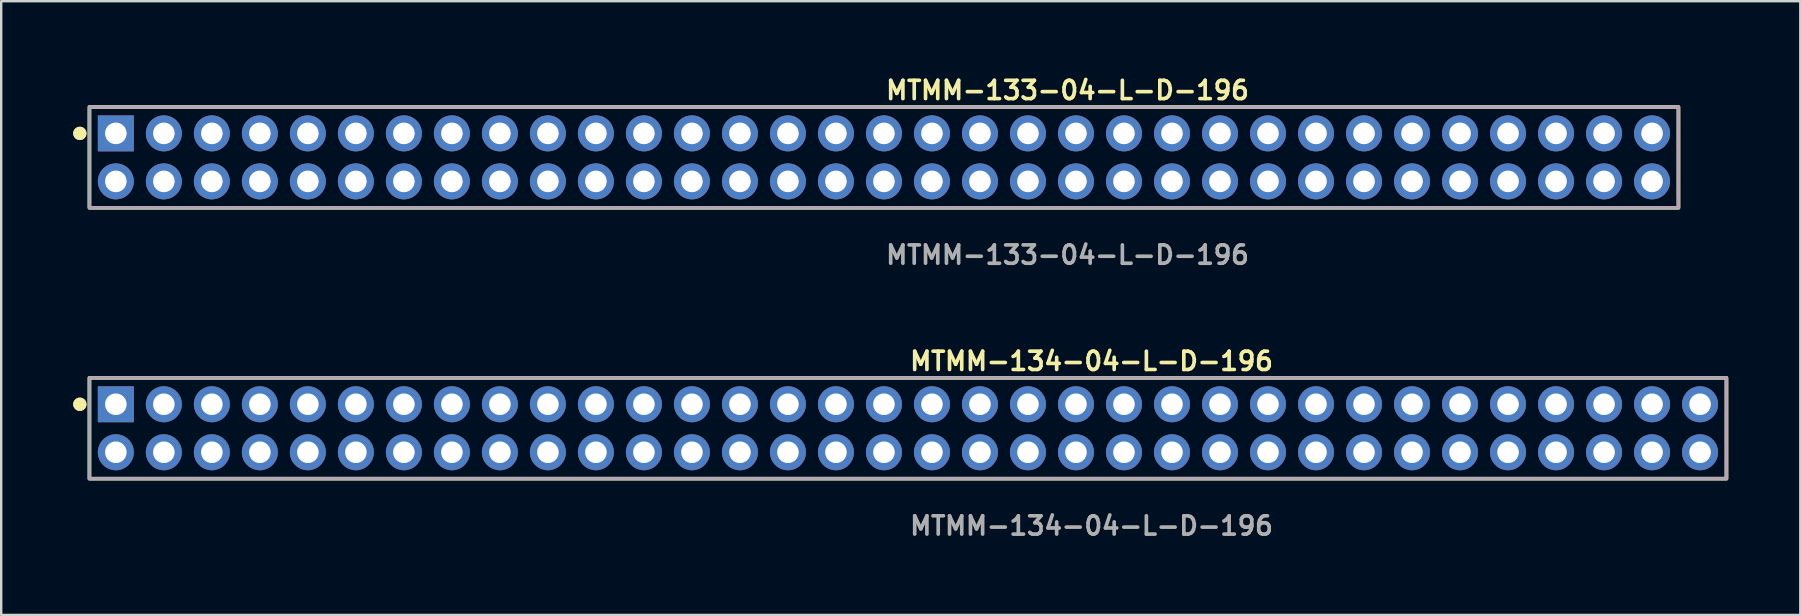
<source format=kicad_pcb>
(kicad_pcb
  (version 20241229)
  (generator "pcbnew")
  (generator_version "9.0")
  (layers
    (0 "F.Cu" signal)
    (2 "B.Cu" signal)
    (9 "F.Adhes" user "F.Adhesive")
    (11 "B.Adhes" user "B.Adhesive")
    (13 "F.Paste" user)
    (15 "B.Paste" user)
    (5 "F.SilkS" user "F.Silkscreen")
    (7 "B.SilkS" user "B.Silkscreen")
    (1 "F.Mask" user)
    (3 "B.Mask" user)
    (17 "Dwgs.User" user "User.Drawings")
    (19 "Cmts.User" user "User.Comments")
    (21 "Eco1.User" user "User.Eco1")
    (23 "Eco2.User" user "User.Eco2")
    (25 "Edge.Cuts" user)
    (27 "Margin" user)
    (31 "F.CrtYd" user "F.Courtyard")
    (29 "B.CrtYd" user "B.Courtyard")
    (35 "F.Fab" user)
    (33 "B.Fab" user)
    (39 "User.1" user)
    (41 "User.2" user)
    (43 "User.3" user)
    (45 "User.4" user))
  (footprint "MTMM-133-04-L-D-196"
    (layer "F.Cu")
    (at 33.776 3.507)
    (property "Reference" "MTMM-133-04-L-D-196" (at 0 -2.794 0) (unlocked yes) (layer "F.SilkS") (effects (font (size 0.762 0.762) (thickness 0.152)) (justify left)))
    (fp_rect (start -33.1 2.1) (end 33.1 -2.1) (stroke (width 0.152) (type solid)) (fill no) (layer "F.SilkS"))
    (fp_circle (center -33.5 -1) (end -33.7 -1) (stroke (width 0.152) (type solid)) (fill yes) (layer "F.SilkS"))
    (fp_circle (center -33.5 -1) (end -33.7 -1) (stroke (width 0.152) (type solid)) (fill yes) (layer "F.SilkS"))
    (fp_rect (start -33.1 2.1) (end 33.1 -2.1) (stroke (width 0.006) (type solid)) (fill no) (layer "F.CrtYd"))
    (fp_rect (start -33.1 2.1) (end 33.1 -2.1) (stroke (width 0.152) (type solid)) (fill no) (layer "F.Fab"))
    (fp_text user "${REFERENCE}" (at 0 4.064 0) (unlocked yes) (layer "F.Fab") (effects (font (size 0.762 0.762) (thickness 0.152)) (justify left)))
    (pad "1" thru_hole rect (at -32 -1) (size 1.5 1.5) (drill 0.9) (layers "*.Cu" "*.Mask"))
    (pad "2" thru_hole circle (at -32 1) (size 1.5 1.5) (drill 0.9) (layers "*.Cu" "*.Mask"))
    (pad "3" thru_hole circle (at -30 -1) (size 1.5 1.5) (drill 0.9) (layers "*.Cu" "*.Mask"))
    (pad "4" thru_hole circle (at -30 1) (size 1.5 1.5) (drill 0.9) (layers "*.Cu" "*.Mask"))
    (pad "5" thru_hole circle (at -28 -1) (size 1.5 1.5) (drill 0.9) (layers "*.Cu" "*.Mask"))
    (pad "6" thru_hole circle (at -28 1) (size 1.5 1.5) (drill 0.9) (layers "*.Cu" "*.Mask"))
    (pad "7" thru_hole circle (at -26 -1) (size 1.5 1.5) (drill 0.9) (layers "*.Cu" "*.Mask"))
    (pad "8" thru_hole circle (at -26 1) (size 1.5 1.5) (drill 0.9) (layers "*.Cu" "*.Mask"))
    (pad "9" thru_hole circle (at -24 -1) (size 1.5 1.5) (drill 0.9) (layers "*.Cu" "*.Mask"))
    (pad "10" thru_hole circle (at -24 1) (size 1.5 1.5) (drill 0.9) (layers "*.Cu" "*.Mask"))
    (pad "11" thru_hole circle (at -22 -1) (size 1.5 1.5) (drill 0.9) (layers "*.Cu" "*.Mask"))
    (pad "12" thru_hole circle (at -22 1) (size 1.5 1.5) (drill 0.9) (layers "*.Cu" "*.Mask"))
    (pad "13" thru_hole circle (at -20 -1) (size 1.5 1.5) (drill 0.9) (layers "*.Cu" "*.Mask"))
    (pad "14" thru_hole circle (at -20 1) (size 1.5 1.5) (drill 0.9) (layers "*.Cu" "*.Mask"))
    (pad "15" thru_hole circle (at -18 -1) (size 1.5 1.5) (drill 0.9) (layers "*.Cu" "*.Mask"))
    (pad "16" thru_hole circle (at -18 1) (size 1.5 1.5) (drill 0.9) (layers "*.Cu" "*.Mask"))
    (pad "17" thru_hole circle (at -16 -1) (size 1.5 1.5) (drill 0.9) (layers "*.Cu" "*.Mask"))
    (pad "18" thru_hole circle (at -16 1) (size 1.5 1.5) (drill 0.9) (layers "*.Cu" "*.Mask"))
    (pad "19" thru_hole circle (at -14 -1) (size 1.5 1.5) (drill 0.9) (layers "*.Cu" "*.Mask"))
    (pad "20" thru_hole circle (at -14 1) (size 1.5 1.5) (drill 0.9) (layers "*.Cu" "*.Mask"))
    (pad "21" thru_hole circle (at -12 -1) (size 1.5 1.5) (drill 0.9) (layers "*.Cu" "*.Mask"))
    (pad "22" thru_hole circle (at -12 1) (size 1.5 1.5) (drill 0.9) (layers "*.Cu" "*.Mask"))
    (pad "23" thru_hole circle (at -10 -1) (size 1.5 1.5) (drill 0.9) (layers "*.Cu" "*.Mask"))
    (pad "24" thru_hole circle (at -10 1) (size 1.5 1.5) (drill 0.9) (layers "*.Cu" "*.Mask"))
    (pad "25" thru_hole circle (at -8 -1) (size 1.5 1.5) (drill 0.9) (layers "*.Cu" "*.Mask"))
    (pad "26" thru_hole circle (at -8 1) (size 1.5 1.5) (drill 0.9) (layers "*.Cu" "*.Mask"))
    (pad "27" thru_hole circle (at -6 -1) (size 1.5 1.5) (drill 0.9) (layers "*.Cu" "*.Mask"))
    (pad "28" thru_hole circle (at -6 1) (size 1.5 1.5) (drill 0.9) (layers "*.Cu" "*.Mask"))
    (pad "29" thru_hole circle (at -4 -1) (size 1.5 1.5) (drill 0.9) (layers "*.Cu" "*.Mask"))
    (pad "30" thru_hole circle (at -4 1) (size 1.5 1.5) (drill 0.9) (layers "*.Cu" "*.Mask"))
    (pad "31" thru_hole circle (at -2 -1) (size 1.5 1.5) (drill 0.9) (layers "*.Cu" "*.Mask"))
    (pad "32" thru_hole circle (at -2 1) (size 1.5 1.5) (drill 0.9) (layers "*.Cu" "*.Mask"))
    (pad "33" thru_hole circle (at 0 -1) (size 1.5 1.5) (drill 0.9) (layers "*.Cu" "*.Mask"))
    (pad "34" thru_hole circle (at 0 1) (size 1.5 1.5) (drill 0.9) (layers "*.Cu" "*.Mask"))
    (pad "35" thru_hole circle (at 2 -1) (size 1.5 1.5) (drill 0.9) (layers "*.Cu" "*.Mask"))
    (pad "36" thru_hole circle (at 2 1) (size 1.5 1.5) (drill 0.9) (layers "*.Cu" "*.Mask"))
    (pad "37" thru_hole circle (at 4 -1) (size 1.5 1.5) (drill 0.9) (layers "*.Cu" "*.Mask"))
    (pad "38" thru_hole circle (at 4 1) (size 1.5 1.5) (drill 0.9) (layers "*.Cu" "*.Mask"))
    (pad "39" thru_hole circle (at 6 -1) (size 1.5 1.5) (drill 0.9) (layers "*.Cu" "*.Mask"))
    (pad "40" thru_hole circle (at 6 1) (size 1.5 1.5) (drill 0.9) (layers "*.Cu" "*.Mask"))
    (pad "41" thru_hole circle (at 8 -1) (size 1.5 1.5) (drill 0.9) (layers "*.Cu" "*.Mask"))
    (pad "42" thru_hole circle (at 8 1) (size 1.5 1.5) (drill 0.9) (layers "*.Cu" "*.Mask"))
    (pad "43" thru_hole circle (at 10 -1) (size 1.5 1.5) (drill 0.9) (layers "*.Cu" "*.Mask"))
    (pad "44" thru_hole circle (at 10 1) (size 1.5 1.5) (drill 0.9) (layers "*.Cu" "*.Mask"))
    (pad "45" thru_hole circle (at 12 -1) (size 1.5 1.5) (drill 0.9) (layers "*.Cu" "*.Mask"))
    (pad "46" thru_hole circle (at 12 1) (size 1.5 1.5) (drill 0.9) (layers "*.Cu" "*.Mask"))
    (pad "47" thru_hole circle (at 14 -1) (size 1.5 1.5) (drill 0.9) (layers "*.Cu" "*.Mask"))
    (pad "48" thru_hole circle (at 14 1) (size 1.5 1.5) (drill 0.9) (layers "*.Cu" "*.Mask"))
    (pad "49" thru_hole circle (at 16 -1) (size 1.5 1.5) (drill 0.9) (layers "*.Cu" "*.Mask"))
    (pad "50" thru_hole circle (at 16 1) (size 1.5 1.5) (drill 0.9) (layers "*.Cu" "*.Mask"))
    (pad "51" thru_hole circle (at 18 -1) (size 1.5 1.5) (drill 0.9) (layers "*.Cu" "*.Mask"))
    (pad "52" thru_hole circle (at 18 1) (size 1.5 1.5) (drill 0.9) (layers "*.Cu" "*.Mask"))
    (pad "53" thru_hole circle (at 20 -1) (size 1.5 1.5) (drill 0.9) (layers "*.Cu" "*.Mask"))
    (pad "54" thru_hole circle (at 20 1) (size 1.5 1.5) (drill 0.9) (layers "*.Cu" "*.Mask"))
    (pad "55" thru_hole circle (at 22 -1) (size 1.5 1.5) (drill 0.9) (layers "*.Cu" "*.Mask"))
    (pad "56" thru_hole circle (at 22 1) (size 1.5 1.5) (drill 0.9) (layers "*.Cu" "*.Mask"))
    (pad "57" thru_hole circle (at 24 -1) (size 1.5 1.5) (drill 0.9) (layers "*.Cu" "*.Mask"))
    (pad "58" thru_hole circle (at 24 1) (size 1.5 1.5) (drill 0.9) (layers "*.Cu" "*.Mask"))
    (pad "59" thru_hole circle (at 26 -1) (size 1.5 1.5) (drill 0.9) (layers "*.Cu" "*.Mask"))
    (pad "60" thru_hole circle (at 26 1) (size 1.5 1.5) (drill 0.9) (layers "*.Cu" "*.Mask"))
    (pad "61" thru_hole circle (at 28 -1) (size 1.5 1.5) (drill 0.9) (layers "*.Cu" "*.Mask"))
    (pad "62" thru_hole circle (at 28 1) (size 1.5 1.5) (drill 0.9) (layers "*.Cu" "*.Mask"))
    (pad "63" thru_hole circle (at 30 -1) (size 1.5 1.5) (drill 0.9) (layers "*.Cu" "*.Mask"))
    (pad "64" thru_hole circle (at 30 1) (size 1.5 1.5) (drill 0.9) (layers "*.Cu" "*.Mask"))
    (pad "65" thru_hole circle (at 32 -1) (size 1.5 1.5) (drill 0.9) (layers "*.Cu" "*.Mask"))
    (pad "66" thru_hole circle (at 32 1) (size 1.5 1.5) (drill 0.9) (layers "*.Cu" "*.Mask")))
  (footprint "MTMM-134-04-L-D-196"
    (layer "F.Cu")
    (at 34.776 14.792)
    (property "Reference" "MTMM-134-04-L-D-196" (at 0 -2.794 0) (unlocked yes) (layer "F.SilkS") (effects (font (size 0.762 0.762) (thickness 0.152)) (justify left)))
    (fp_rect (start -34.1 2.1) (end 34.1 -2.1) (stroke (width 0.152) (type solid)) (fill no) (layer "F.SilkS"))
    (fp_circle (center -34.5 -1) (end -34.7 -1) (stroke (width 0.152) (type solid)) (fill yes) (layer "F.SilkS"))
    (fp_circle (center -34.5 -1) (end -34.7 -1) (stroke (width 0.152) (type solid)) (fill yes) (layer "F.SilkS"))
    (fp_rect (start -34.1 2.1) (end 34.1 -2.1) (stroke (width 0.006) (type solid)) (fill no) (layer "F.CrtYd"))
    (fp_rect (start -34.1 2.1) (end 34.1 -2.1) (stroke (width 0.152) (type solid)) (fill no) (layer "F.Fab"))
    (fp_text user "${REFERENCE}" (at 0 4.064 0) (unlocked yes) (layer "F.Fab") (effects (font (size 0.762 0.762) (thickness 0.152)) (justify left)))
    (pad "1" thru_hole rect (at -33 -1) (size 1.5 1.5) (drill 0.9) (layers "*.Cu" "*.Mask"))
    (pad "2" thru_hole circle (at -33 1) (size 1.5 1.5) (drill 0.9) (layers "*.Cu" "*.Mask"))
    (pad "3" thru_hole circle (at -31 -1) (size 1.5 1.5) (drill 0.9) (layers "*.Cu" "*.Mask"))
    (pad "4" thru_hole circle (at -31 1) (size 1.5 1.5) (drill 0.9) (layers "*.Cu" "*.Mask"))
    (pad "5" thru_hole circle (at -29 -1) (size 1.5 1.5) (drill 0.9) (layers "*.Cu" "*.Mask"))
    (pad "6" thru_hole circle (at -29 1) (size 1.5 1.5) (drill 0.9) (layers "*.Cu" "*.Mask"))
    (pad "7" thru_hole circle (at -27 -1) (size 1.5 1.5) (drill 0.9) (layers "*.Cu" "*.Mask"))
    (pad "8" thru_hole circle (at -27 1) (size 1.5 1.5) (drill 0.9) (layers "*.Cu" "*.Mask"))
    (pad "9" thru_hole circle (at -25 -1) (size 1.5 1.5) (drill 0.9) (layers "*.Cu" "*.Mask"))
    (pad "10" thru_hole circle (at -25 1) (size 1.5 1.5) (drill 0.9) (layers "*.Cu" "*.Mask"))
    (pad "11" thru_hole circle (at -23 -1) (size 1.5 1.5) (drill 0.9) (layers "*.Cu" "*.Mask"))
    (pad "12" thru_hole circle (at -23 1) (size 1.5 1.5) (drill 0.9) (layers "*.Cu" "*.Mask"))
    (pad "13" thru_hole circle (at -21 -1) (size 1.5 1.5) (drill 0.9) (layers "*.Cu" "*.Mask"))
    (pad "14" thru_hole circle (at -21 1) (size 1.5 1.5) (drill 0.9) (layers "*.Cu" "*.Mask"))
    (pad "15" thru_hole circle (at -19 -1) (size 1.5 1.5) (drill 0.9) (layers "*.Cu" "*.Mask"))
    (pad "16" thru_hole circle (at -19 1) (size 1.5 1.5) (drill 0.9) (layers "*.Cu" "*.Mask"))
    (pad "17" thru_hole circle (at -17 -1) (size 1.5 1.5) (drill 0.9) (layers "*.Cu" "*.Mask"))
    (pad "18" thru_hole circle (at -17 1) (size 1.5 1.5) (drill 0.9) (layers "*.Cu" "*.Mask"))
    (pad "19" thru_hole circle (at -15 -1) (size 1.5 1.5) (drill 0.9) (layers "*.Cu" "*.Mask"))
    (pad "20" thru_hole circle (at -15 1) (size 1.5 1.5) (drill 0.9) (layers "*.Cu" "*.Mask"))
    (pad "21" thru_hole circle (at -13 -1) (size 1.5 1.5) (drill 0.9) (layers "*.Cu" "*.Mask"))
    (pad "22" thru_hole circle (at -13 1) (size 1.5 1.5) (drill 0.9) (layers "*.Cu" "*.Mask"))
    (pad "23" thru_hole circle (at -11 -1) (size 1.5 1.5) (drill 0.9) (layers "*.Cu" "*.Mask"))
    (pad "24" thru_hole circle (at -11 1) (size 1.5 1.5) (drill 0.9) (layers "*.Cu" "*.Mask"))
    (pad "25" thru_hole circle (at -9 -1) (size 1.5 1.5) (drill 0.9) (layers "*.Cu" "*.Mask"))
    (pad "26" thru_hole circle (at -9 1) (size 1.5 1.5) (drill 0.9) (layers "*.Cu" "*.Mask"))
    (pad "27" thru_hole circle (at -7 -1) (size 1.5 1.5) (drill 0.9) (layers "*.Cu" "*.Mask"))
    (pad "28" thru_hole circle (at -7 1) (size 1.5 1.5) (drill 0.9) (layers "*.Cu" "*.Mask"))
    (pad "29" thru_hole circle (at -5 -1) (size 1.5 1.5) (drill 0.9) (layers "*.Cu" "*.Mask"))
    (pad "30" thru_hole circle (at -5 1) (size 1.5 1.5) (drill 0.9) (layers "*.Cu" "*.Mask"))
    (pad "31" thru_hole circle (at -3 -1) (size 1.5 1.5) (drill 0.9) (layers "*.Cu" "*.Mask"))
    (pad "32" thru_hole circle (at -3 1) (size 1.5 1.5) (drill 0.9) (layers "*.Cu" "*.Mask"))
    (pad "33" thru_hole circle (at -1 -1) (size 1.5 1.5) (drill 0.9) (layers "*.Cu" "*.Mask"))
    (pad "34" thru_hole circle (at -1 1) (size 1.5 1.5) (drill 0.9) (layers "*.Cu" "*.Mask"))
    (pad "35" thru_hole circle (at 1 -1) (size 1.5 1.5) (drill 0.9) (layers "*.Cu" "*.Mask"))
    (pad "36" thru_hole circle (at 1 1) (size 1.5 1.5) (drill 0.9) (layers "*.Cu" "*.Mask"))
    (pad "37" thru_hole circle (at 3 -1) (size 1.5 1.5) (drill 0.9) (layers "*.Cu" "*.Mask"))
    (pad "38" thru_hole circle (at 3 1) (size 1.5 1.5) (drill 0.9) (layers "*.Cu" "*.Mask"))
    (pad "39" thru_hole circle (at 5 -1) (size 1.5 1.5) (drill 0.9) (layers "*.Cu" "*.Mask"))
    (pad "40" thru_hole circle (at 5 1) (size 1.5 1.5) (drill 0.9) (layers "*.Cu" "*.Mask"))
    (pad "41" thru_hole circle (at 7 -1) (size 1.5 1.5) (drill 0.9) (layers "*.Cu" "*.Mask"))
    (pad "42" thru_hole circle (at 7 1) (size 1.5 1.5) (drill 0.9) (layers "*.Cu" "*.Mask"))
    (pad "43" thru_hole circle (at 9 -1) (size 1.5 1.5) (drill 0.9) (layers "*.Cu" "*.Mask"))
    (pad "44" thru_hole circle (at 9 1) (size 1.5 1.5) (drill 0.9) (layers "*.Cu" "*.Mask"))
    (pad "45" thru_hole circle (at 11 -1) (size 1.5 1.5) (drill 0.9) (layers "*.Cu" "*.Mask"))
    (pad "46" thru_hole circle (at 11 1) (size 1.5 1.5) (drill 0.9) (layers "*.Cu" "*.Mask"))
    (pad "47" thru_hole circle (at 13 -1) (size 1.5 1.5) (drill 0.9) (layers "*.Cu" "*.Mask"))
    (pad "48" thru_hole circle (at 13 1) (size 1.5 1.5) (drill 0.9) (layers "*.Cu" "*.Mask"))
    (pad "49" thru_hole circle (at 15 -1) (size 1.5 1.5) (drill 0.9) (layers "*.Cu" "*.Mask"))
    (pad "50" thru_hole circle (at 15 1) (size 1.5 1.5) (drill 0.9) (layers "*.Cu" "*.Mask"))
    (pad "51" thru_hole circle (at 17 -1) (size 1.5 1.5) (drill 0.9) (layers "*.Cu" "*.Mask"))
    (pad "52" thru_hole circle (at 17 1) (size 1.5 1.5) (drill 0.9) (layers "*.Cu" "*.Mask"))
    (pad "53" thru_hole circle (at 19 -1) (size 1.5 1.5) (drill 0.9) (layers "*.Cu" "*.Mask"))
    (pad "54" thru_hole circle (at 19 1) (size 1.5 1.5) (drill 0.9) (layers "*.Cu" "*.Mask"))
    (pad "55" thru_hole circle (at 21 -1) (size 1.5 1.5) (drill 0.9) (layers "*.Cu" "*.Mask"))
    (pad "56" thru_hole circle (at 21 1) (size 1.5 1.5) (drill 0.9) (layers "*.Cu" "*.Mask"))
    (pad "57" thru_hole circle (at 23 -1) (size 1.5 1.5) (drill 0.9) (layers "*.Cu" "*.Mask"))
    (pad "58" thru_hole circle (at 23 1) (size 1.5 1.5) (drill 0.9) (layers "*.Cu" "*.Mask"))
    (pad "59" thru_hole circle (at 25 -1) (size 1.5 1.5) (drill 0.9) (layers "*.Cu" "*.Mask"))
    (pad "60" thru_hole circle (at 25 1) (size 1.5 1.5) (drill 0.9) (layers "*.Cu" "*.Mask"))
    (pad "61" thru_hole circle (at 27 -1) (size 1.5 1.5) (drill 0.9) (layers "*.Cu" "*.Mask"))
    (pad "62" thru_hole circle (at 27 1) (size 1.5 1.5) (drill 0.9) (layers "*.Cu" "*.Mask"))
    (pad "63" thru_hole circle (at 29 -1) (size 1.5 1.5) (drill 0.9) (layers "*.Cu" "*.Mask"))
    (pad "64" thru_hole circle (at 29 1) (size 1.5 1.5) (drill 0.9) (layers "*.Cu" "*.Mask"))
    (pad "65" thru_hole circle (at 31 -1) (size 1.5 1.5) (drill 0.9) (layers "*.Cu" "*.Mask"))
    (pad "66" thru_hole circle (at 31 1) (size 1.5 1.5) (drill 0.9) (layers "*.Cu" "*.Mask"))
    (pad "67" thru_hole circle (at 33 -1) (size 1.5 1.5) (drill 0.9) (layers "*.Cu" "*.Mask"))
    (pad "68" thru_hole circle (at 33 1) (size 1.5 1.5) (drill 0.9) (layers "*.Cu" "*.Mask")))
  (gr_rect
    (start -3 -3)
    (end 71.952 22.569)
    (stroke (width 0.1) (type default))
    (fill no)
    (layer "Edge.Cuts")))
</source>
